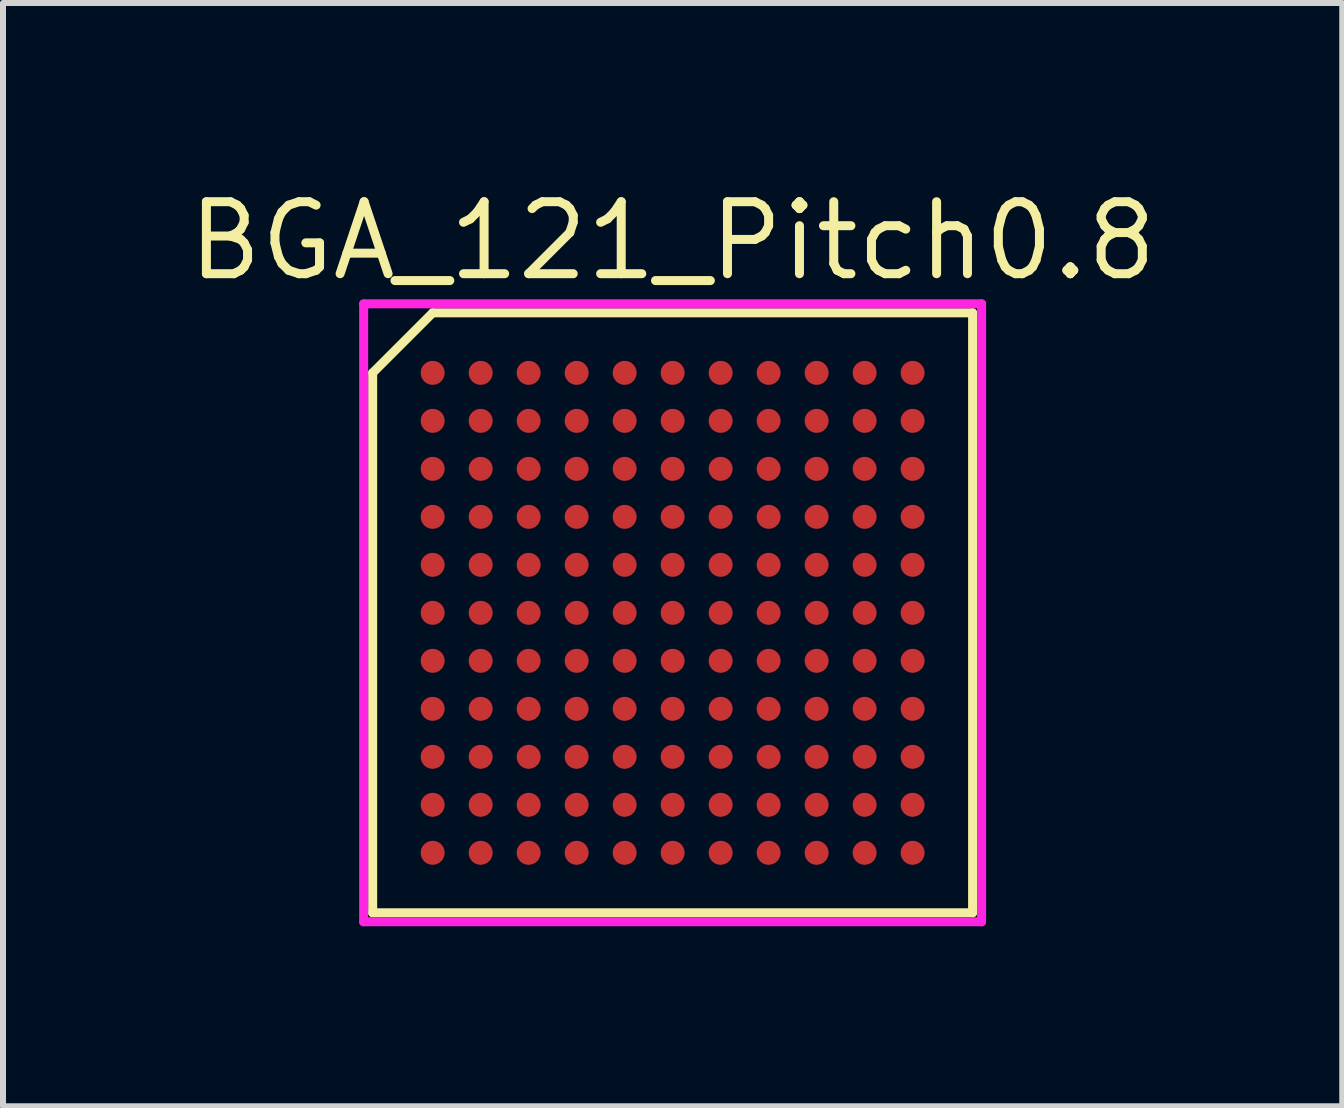
<source format=kicad_pcb>
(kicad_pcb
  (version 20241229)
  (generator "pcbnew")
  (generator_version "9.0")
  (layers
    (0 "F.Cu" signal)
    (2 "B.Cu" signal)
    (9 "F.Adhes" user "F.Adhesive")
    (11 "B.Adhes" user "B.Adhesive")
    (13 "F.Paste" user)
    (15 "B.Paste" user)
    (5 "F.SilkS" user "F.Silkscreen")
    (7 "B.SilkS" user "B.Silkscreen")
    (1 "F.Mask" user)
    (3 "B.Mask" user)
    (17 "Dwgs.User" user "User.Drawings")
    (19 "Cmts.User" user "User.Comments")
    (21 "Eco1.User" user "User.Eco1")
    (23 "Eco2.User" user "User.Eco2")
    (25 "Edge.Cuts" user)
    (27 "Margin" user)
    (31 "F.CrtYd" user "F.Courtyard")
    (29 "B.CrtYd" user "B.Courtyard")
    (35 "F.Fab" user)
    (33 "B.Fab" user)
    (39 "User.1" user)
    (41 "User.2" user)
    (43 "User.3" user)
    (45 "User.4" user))
  (footprint "BGA_121_Pitch0.8"
    (layer "F.Cu")
    (at 8.162 7.165)
    (property "Reference" "BGA_121_Pitch0.8" (at 0 -6.2 0) (layer "F.SilkS") (effects (font (size 1.2 1.2) (thickness 0.15))))
    (attr through_hole)
    (fp_line (start -5 -4) (end -5 5) (stroke (width 0.15) (type solid)) (layer "F.SilkS"))
    (fp_line (start -5 5) (end 5 5) (stroke (width 0.15) (type solid)) (layer "F.SilkS"))
    (fp_line (start -4 -5) (end -5 -4) (stroke (width 0.15) (type solid)) (layer "F.SilkS"))
    (fp_line (start 5 -5) (end -4 -5) (stroke (width 0.15) (type solid)) (layer "F.SilkS"))
    (fp_line (start 5 5) (end 5 -5) (stroke (width 0.15) (type solid)) (layer "F.SilkS"))
    (fp_line (start -5.15 -5.15) (end 5.15 -5.15) (stroke (width 0.15) (type solid)) (layer "F.CrtYd"))
    (fp_line (start -5.15 5.15) (end -5.15 -5.15) (stroke (width 0.15) (type solid)) (layer "F.CrtYd"))
    (fp_line (start 5.15 -5.15) (end 5.15 5.15) (stroke (width 0.15) (type solid)) (layer "F.CrtYd"))
    (fp_line (start 5.15 5.15) (end -5.15 5.15) (stroke (width 0.15) (type solid)) (layer "F.CrtYd"))
    (pad "A1" smd circle (at -4 -4) (size 0.4 0.4) (layers "F.Cu" "F.Mask" "F.Paste"))
    (pad "A2" smd circle (at -3.2 -4) (size 0.4 0.4) (layers "F.Cu" "F.Mask" "F.Paste"))
    (pad "A3" smd circle (at -2.4 -4) (size 0.4 0.4) (layers "F.Cu" "F.Mask" "F.Paste"))
    (pad "A4" smd circle (at -1.6 -4) (size 0.4 0.4) (layers "F.Cu" "F.Mask" "F.Paste"))
    (pad "A5" smd circle (at -0.8 -4) (size 0.4 0.4) (layers "F.Cu" "F.Mask" "F.Paste"))
    (pad "A6" smd circle (at 0 -4) (size 0.4 0.4) (layers "F.Cu" "F.Mask" "F.Paste"))
    (pad "A7" smd circle (at 0.8 -4) (size 0.4 0.4) (layers "F.Cu" "F.Mask" "F.Paste"))
    (pad "A8" smd circle (at 1.6 -4) (size 0.4 0.4) (layers "F.Cu" "F.Mask" "F.Paste"))
    (pad "A9" smd circle (at 2.4 -4) (size 0.4 0.4) (layers "F.Cu" "F.Mask" "F.Paste"))
    (pad "A10" smd circle (at 3.2 -4) (size 0.4 0.4) (layers "F.Cu" "F.Mask" "F.Paste"))
    (pad "A11" smd circle (at 4 -4) (size 0.4 0.4) (layers "F.Cu" "F.Mask" "F.Paste"))
    (pad "B1" smd circle (at -4 -3.2) (size 0.4 0.4) (layers "F.Cu" "F.Mask" "F.Paste"))
    (pad "B2" smd circle (at -3.2 -3.2) (size 0.4 0.4) (layers "F.Cu" "F.Mask" "F.Paste"))
    (pad "B3" smd circle (at -2.4 -3.2) (size 0.4 0.4) (layers "F.Cu" "F.Mask" "F.Paste"))
    (pad "B4" smd circle (at -1.6 -3.2) (size 0.4 0.4) (layers "F.Cu" "F.Mask" "F.Paste"))
    (pad "B5" smd circle (at -0.8 -3.2) (size 0.4 0.4) (layers "F.Cu" "F.Mask" "F.Paste"))
    (pad "B6" smd circle (at 0 -3.2) (size 0.4 0.4) (layers "F.Cu" "F.Mask" "F.Paste"))
    (pad "B7" smd circle (at 0.8 -3.2) (size 0.4 0.4) (layers "F.Cu" "F.Mask" "F.Paste"))
    (pad "B8" smd circle (at 1.6 -3.2) (size 0.4 0.4) (layers "F.Cu" "F.Mask" "F.Paste"))
    (pad "B9" smd circle (at 2.4 -3.2) (size 0.4 0.4) (layers "F.Cu" "F.Mask" "F.Paste"))
    (pad "B10" smd circle (at 3.2 -3.2) (size 0.4 0.4) (layers "F.Cu" "F.Mask" "F.Paste"))
    (pad "B11" smd circle (at 4 -3.2) (size 0.4 0.4) (layers "F.Cu" "F.Mask" "F.Paste"))
    (pad "C1" smd circle (at -4 -2.4) (size 0.4 0.4) (layers "F.Cu" "F.Mask" "F.Paste"))
    (pad "C2" smd circle (at -3.2 -2.4) (size 0.4 0.4) (layers "F.Cu" "F.Mask" "F.Paste"))
    (pad "C3" smd circle (at -2.4 -2.4) (size 0.4 0.4) (layers "F.Cu" "F.Mask" "F.Paste"))
    (pad "C4" smd circle (at -1.6 -2.4) (size 0.4 0.4) (layers "F.Cu" "F.Mask" "F.Paste"))
    (pad "C5" smd circle (at -0.8 -2.4) (size 0.4 0.4) (layers "F.Cu" "F.Mask" "F.Paste"))
    (pad "C6" smd circle (at 0 -2.4) (size 0.4 0.4) (layers "F.Cu" "F.Mask" "F.Paste"))
    (pad "C7" smd circle (at 0.8 -2.4) (size 0.4 0.4) (layers "F.Cu" "F.Mask" "F.Paste"))
    (pad "C8" smd circle (at 1.6 -2.4) (size 0.4 0.4) (layers "F.Cu" "F.Mask" "F.Paste"))
    (pad "C9" smd circle (at 2.4 -2.4) (size 0.4 0.4) (layers "F.Cu" "F.Mask" "F.Paste"))
    (pad "C10" smd circle (at 3.2 -2.4) (size 0.4 0.4) (layers "F.Cu" "F.Mask" "F.Paste"))
    (pad "C11" smd circle (at 4 -2.4) (size 0.4 0.4) (layers "F.Cu" "F.Mask" "F.Paste"))
    (pad "D1" smd circle (at -4 -1.6) (size 0.4 0.4) (layers "F.Cu" "F.Mask" "F.Paste"))
    (pad "D2" smd circle (at -3.2 -1.6) (size 0.4 0.4) (layers "F.Cu" "F.Mask" "F.Paste"))
    (pad "D3" smd circle (at -2.4 -1.6) (size 0.4 0.4) (layers "F.Cu" "F.Mask" "F.Paste"))
    (pad "D4" smd circle (at -1.6 -1.6) (size 0.4 0.4) (layers "F.Cu" "F.Mask" "F.Paste"))
    (pad "D5" smd circle (at -0.8 -1.6) (size 0.4 0.4) (layers "F.Cu" "F.Mask" "F.Paste"))
    (pad "D6" smd circle (at 0 -1.6) (size 0.4 0.4) (layers "F.Cu" "F.Mask" "F.Paste"))
    (pad "D7" smd circle (at 0.8 -1.6) (size 0.4 0.4) (layers "F.Cu" "F.Mask" "F.Paste"))
    (pad "D8" smd circle (at 1.6 -1.6) (size 0.4 0.4) (layers "F.Cu" "F.Mask" "F.Paste"))
    (pad "D9" smd circle (at 2.4 -1.6) (size 0.4 0.4) (layers "F.Cu" "F.Mask" "F.Paste"))
    (pad "D10" smd circle (at 3.2 -1.6) (size 0.4 0.4) (layers "F.Cu" "F.Mask" "F.Paste"))
    (pad "D11" smd circle (at 4 -1.6) (size 0.4 0.4) (layers "F.Cu" "F.Mask" "F.Paste"))
    (pad "E1" smd circle (at -4 -0.8) (size 0.4 0.4) (layers "F.Cu" "F.Mask" "F.Paste"))
    (pad "E2" smd circle (at -3.2 -0.8) (size 0.4 0.4) (layers "F.Cu" "F.Mask" "F.Paste"))
    (pad "E3" smd circle (at -2.4 -0.8) (size 0.4 0.4) (layers "F.Cu" "F.Mask" "F.Paste"))
    (pad "E4" smd circle (at -1.6 -0.8) (size 0.4 0.4) (layers "F.Cu" "F.Mask" "F.Paste"))
    (pad "E5" smd circle (at -0.8 -0.8) (size 0.4 0.4) (layers "F.Cu" "F.Mask" "F.Paste"))
    (pad "E6" smd circle (at 0 -0.8) (size 0.4 0.4) (layers "F.Cu" "F.Mask" "F.Paste"))
    (pad "E7" smd circle (at 0.8 -0.8) (size 0.4 0.4) (layers "F.Cu" "F.Mask" "F.Paste"))
    (pad "E8" smd circle (at 1.6 -0.8) (size 0.4 0.4) (layers "F.Cu" "F.Mask" "F.Paste"))
    (pad "E9" smd circle (at 2.4 -0.8) (size 0.4 0.4) (layers "F.Cu" "F.Mask" "F.Paste"))
    (pad "E10" smd circle (at 3.2 -0.8) (size 0.4 0.4) (layers "F.Cu" "F.Mask" "F.Paste"))
    (pad "E11" smd circle (at 4 -0.8) (size 0.4 0.4) (layers "F.Cu" "F.Mask" "F.Paste"))
    (pad "F1" smd circle (at -4 0) (size 0.4 0.4) (layers "F.Cu" "F.Mask" "F.Paste"))
    (pad "F2" smd circle (at -3.2 0) (size 0.4 0.4) (layers "F.Cu" "F.Mask" "F.Paste"))
    (pad "F3" smd circle (at -2.4 0) (size 0.4 0.4) (layers "F.Cu" "F.Mask" "F.Paste"))
    (pad "F4" smd circle (at -1.6 0) (size 0.4 0.4) (layers "F.Cu" "F.Mask" "F.Paste"))
    (pad "F5" smd circle (at -0.8 0) (size 0.4 0.4) (layers "F.Cu" "F.Mask" "F.Paste"))
    (pad "F6" smd circle (at 0 0) (size 0.4 0.4) (layers "F.Cu" "F.Mask" "F.Paste"))
    (pad "F7" smd circle (at 0.8 0) (size 0.4 0.4) (layers "F.Cu" "F.Mask" "F.Paste"))
    (pad "F8" smd circle (at 1.6 0) (size 0.4 0.4) (layers "F.Cu" "F.Mask" "F.Paste"))
    (pad "F9" smd circle (at 2.4 0) (size 0.4 0.4) (layers "F.Cu" "F.Mask" "F.Paste"))
    (pad "F10" smd circle (at 3.2 0) (size 0.4 0.4) (layers "F.Cu" "F.Mask" "F.Paste"))
    (pad "F11" smd circle (at 4 0) (size 0.4 0.4) (layers "F.Cu" "F.Mask" "F.Paste"))
    (pad "G1" smd circle (at -4 0.8) (size 0.4 0.4) (layers "F.Cu" "F.Mask" "F.Paste"))
    (pad "G2" smd circle (at -3.2 0.8) (size 0.4 0.4) (layers "F.Cu" "F.Mask" "F.Paste"))
    (pad "G3" smd circle (at -2.4 0.8) (size 0.4 0.4) (layers "F.Cu" "F.Mask" "F.Paste"))
    (pad "G4" smd circle (at -1.6 0.8) (size 0.4 0.4) (layers "F.Cu" "F.Mask" "F.Paste"))
    (pad "G5" smd circle (at -0.8 0.8) (size 0.4 0.4) (layers "F.Cu" "F.Mask" "F.Paste"))
    (pad "G6" smd circle (at 0 0.8) (size 0.4 0.4) (layers "F.Cu" "F.Mask" "F.Paste"))
    (pad "G7" smd circle (at 0.8 0.8) (size 0.4 0.4) (layers "F.Cu" "F.Mask" "F.Paste"))
    (pad "G8" smd circle (at 1.6 0.8) (size 0.4 0.4) (layers "F.Cu" "F.Mask" "F.Paste"))
    (pad "G9" smd circle (at 2.4 0.8) (size 0.4 0.4) (layers "F.Cu" "F.Mask" "F.Paste"))
    (pad "G10" smd circle (at 3.2 0.8) (size 0.4 0.4) (layers "F.Cu" "F.Mask" "F.Paste"))
    (pad "G11" smd circle (at 4 0.8) (size 0.4 0.4) (layers "F.Cu" "F.Mask" "F.Paste"))
    (pad "H1" smd circle (at -4 1.6) (size 0.4 0.4) (layers "F.Cu" "F.Mask" "F.Paste"))
    (pad "H2" smd circle (at -3.2 1.6) (size 0.4 0.4) (layers "F.Cu" "F.Mask" "F.Paste"))
    (pad "H3" smd circle (at -2.4 1.6) (size 0.4 0.4) (layers "F.Cu" "F.Mask" "F.Paste"))
    (pad "H4" smd circle (at -1.6 1.6) (size 0.4 0.4) (layers "F.Cu" "F.Mask" "F.Paste"))
    (pad "H5" smd circle (at -0.8 1.6) (size 0.4 0.4) (layers "F.Cu" "F.Mask" "F.Paste"))
    (pad "H6" smd circle (at 0 1.6) (size 0.4 0.4) (layers "F.Cu" "F.Mask" "F.Paste"))
    (pad "H7" smd circle (at 0.8 1.6) (size 0.4 0.4) (layers "F.Cu" "F.Mask" "F.Paste"))
    (pad "H8" smd circle (at 1.6 1.6) (size 0.4 0.4) (layers "F.Cu" "F.Mask" "F.Paste"))
    (pad "H9" smd circle (at 2.4 1.6) (size 0.4 0.4) (layers "F.Cu" "F.Mask" "F.Paste"))
    (pad "H10" smd circle (at 3.2 1.6) (size 0.4 0.4) (layers "F.Cu" "F.Mask" "F.Paste"))
    (pad "H11" smd circle (at 4 1.6) (size 0.4 0.4) (layers "F.Cu" "F.Mask" "F.Paste"))
    (pad "J1" smd circle (at -4 2.4) (size 0.4 0.4) (layers "F.Cu" "F.Mask" "F.Paste"))
    (pad "J2" smd circle (at -3.2 2.4) (size 0.4 0.4) (layers "F.Cu" "F.Mask" "F.Paste"))
    (pad "J3" smd circle (at -2.4 2.4) (size 0.4 0.4) (layers "F.Cu" "F.Mask" "F.Paste"))
    (pad "J4" smd circle (at -1.6 2.4) (size 0.4 0.4) (layers "F.Cu" "F.Mask" "F.Paste"))
    (pad "J5" smd circle (at -0.8 2.4) (size 0.4 0.4) (layers "F.Cu" "F.Mask" "F.Paste"))
    (pad "J6" smd circle (at 0 2.4) (size 0.4 0.4) (layers "F.Cu" "F.Mask" "F.Paste"))
    (pad "J7" smd circle (at 0.8 2.4) (size 0.4 0.4) (layers "F.Cu" "F.Mask" "F.Paste"))
    (pad "J8" smd circle (at 1.6 2.4) (size 0.4 0.4) (layers "F.Cu" "F.Mask" "F.Paste"))
    (pad "J9" smd circle (at 2.4 2.4) (size 0.4 0.4) (layers "F.Cu" "F.Mask" "F.Paste"))
    (pad "J10" smd circle (at 3.2 2.4) (size 0.4 0.4) (layers "F.Cu" "F.Mask" "F.Paste"))
    (pad "J11" smd circle (at 4 2.4) (size 0.4 0.4) (layers "F.Cu" "F.Mask" "F.Paste"))
    (pad "K1" smd circle (at -4 3.2) (size 0.4 0.4) (layers "F.Cu" "F.Mask" "F.Paste"))
    (pad "K2" smd circle (at -3.2 3.2) (size 0.4 0.4) (layers "F.Cu" "F.Mask" "F.Paste"))
    (pad "K3" smd circle (at -2.4 3.2) (size 0.4 0.4) (layers "F.Cu" "F.Mask" "F.Paste"))
    (pad "K4" smd circle (at -1.6 3.2) (size 0.4 0.4) (layers "F.Cu" "F.Mask" "F.Paste"))
    (pad "K5" smd circle (at -0.8 3.2) (size 0.4 0.4) (layers "F.Cu" "F.Mask" "F.Paste"))
    (pad "K6" smd circle (at 0 3.2) (size 0.4 0.4) (layers "F.Cu" "F.Mask" "F.Paste"))
    (pad "K7" smd circle (at 0.8 3.2) (size 0.4 0.4) (layers "F.Cu" "F.Mask" "F.Paste"))
    (pad "K8" smd circle (at 1.6 3.2) (size 0.4 0.4) (layers "F.Cu" "F.Mask" "F.Paste"))
    (pad "K9" smd circle (at 2.4 3.2) (size 0.4 0.4) (layers "F.Cu" "F.Mask" "F.Paste"))
    (pad "K10" smd circle (at 3.2 3.2) (size 0.4 0.4) (layers "F.Cu" "F.Mask" "F.Paste"))
    (pad "K11" smd circle (at 4 3.2) (size 0.4 0.4) (layers "F.Cu" "F.Mask" "F.Paste"))
    (pad "L1" smd circle (at -4 4) (size 0.4 0.4) (layers "F.Cu" "F.Mask" "F.Paste"))
    (pad "L2" smd circle (at -3.2 4) (size 0.4 0.4) (layers "F.Cu" "F.Mask" "F.Paste"))
    (pad "L3" smd circle (at -2.4 4) (size 0.4 0.4) (layers "F.Cu" "F.Mask" "F.Paste"))
    (pad "L4" smd circle (at -1.6 4) (size 0.4 0.4) (layers "F.Cu" "F.Mask" "F.Paste"))
    (pad "L5" smd circle (at -0.8 4) (size 0.4 0.4) (layers "F.Cu" "F.Mask" "F.Paste"))
    (pad "L6" smd circle (at 0 4) (size 0.4 0.4) (layers "F.Cu" "F.Mask" "F.Paste"))
    (pad "L7" smd circle (at 0.8 4) (size 0.4 0.4) (layers "F.Cu" "F.Mask" "F.Paste"))
    (pad "L8" smd circle (at 1.6 4) (size 0.4 0.4) (layers "F.Cu" "F.Mask" "F.Paste"))
    (pad "L9" smd circle (at 2.4 4) (size 0.4 0.4) (layers "F.Cu" "F.Mask" "F.Paste"))
    (pad "L10" smd circle (at 3.2 4) (size 0.4 0.4) (layers "F.Cu" "F.Mask" "F.Paste"))
    (pad "L11" smd circle (at 4 4) (size 0.4 0.4) (layers "F.Cu" "F.Mask" "F.Paste")))
  (gr_rect
    (start -3 -3)
    (end 19.324 15.39)
    (stroke (width 0.1) (type default))
    (fill no)
    (layer "Edge.Cuts")))
</source>
